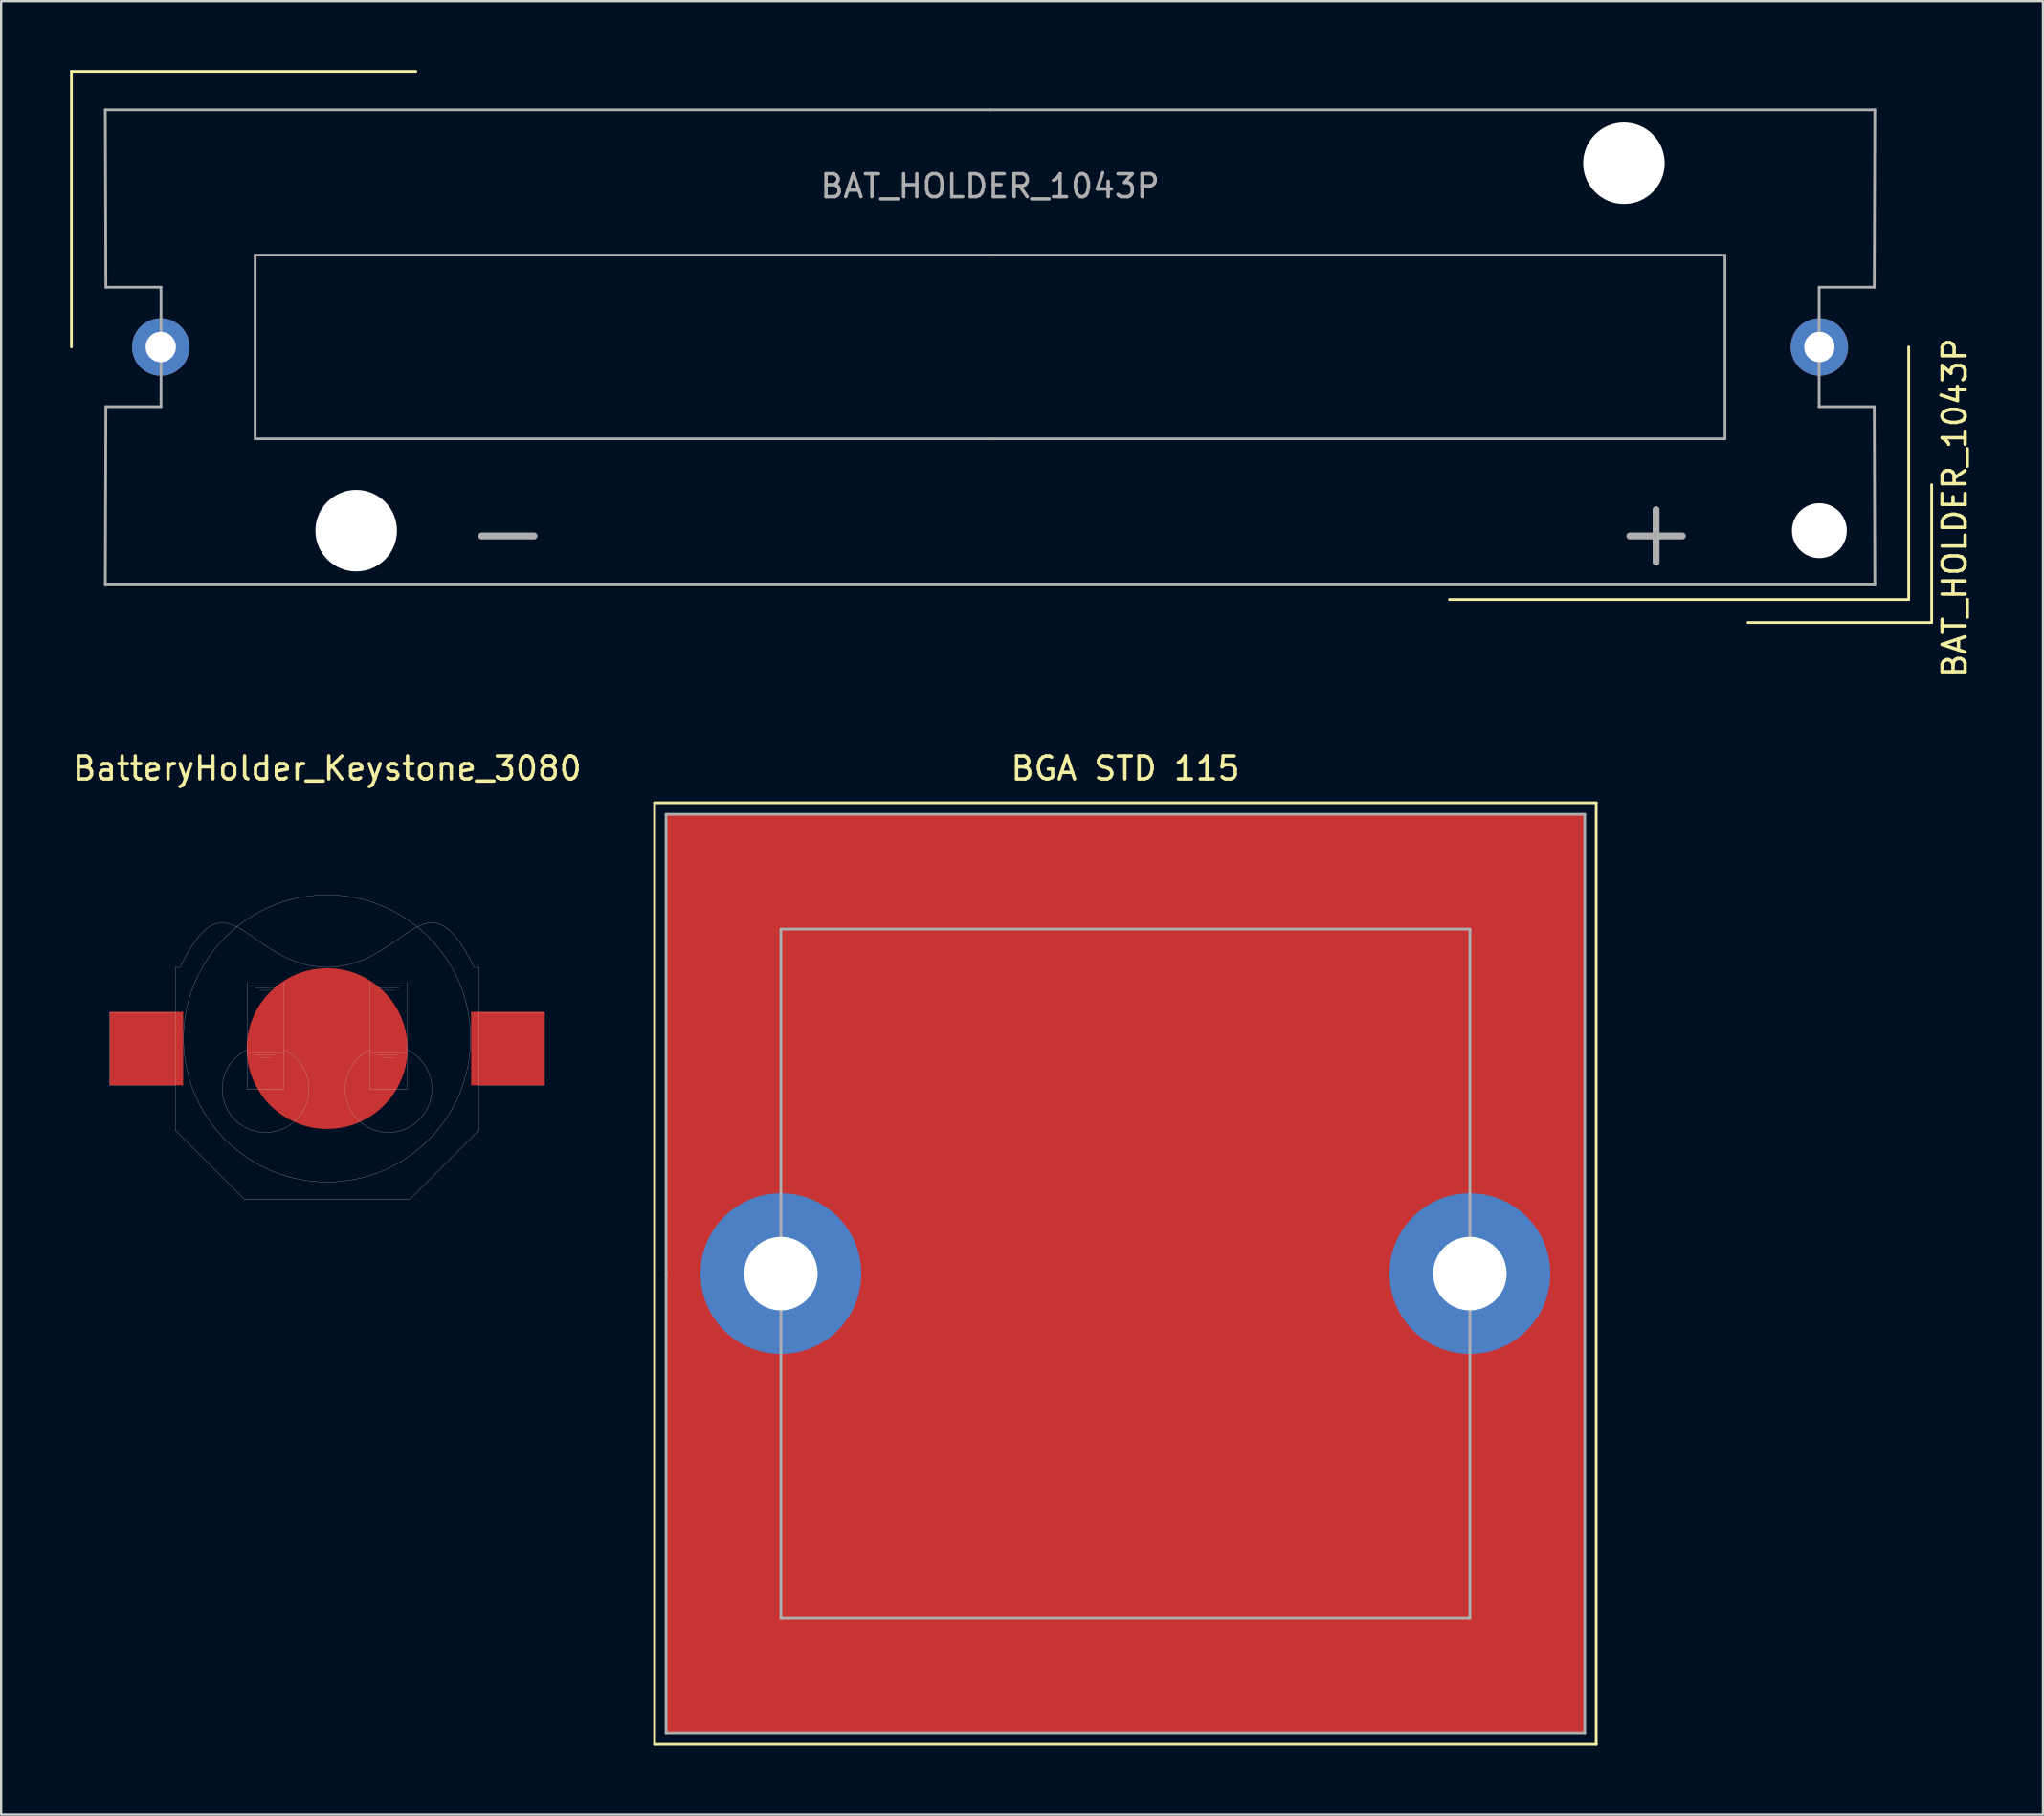
<source format=kicad_pcb>
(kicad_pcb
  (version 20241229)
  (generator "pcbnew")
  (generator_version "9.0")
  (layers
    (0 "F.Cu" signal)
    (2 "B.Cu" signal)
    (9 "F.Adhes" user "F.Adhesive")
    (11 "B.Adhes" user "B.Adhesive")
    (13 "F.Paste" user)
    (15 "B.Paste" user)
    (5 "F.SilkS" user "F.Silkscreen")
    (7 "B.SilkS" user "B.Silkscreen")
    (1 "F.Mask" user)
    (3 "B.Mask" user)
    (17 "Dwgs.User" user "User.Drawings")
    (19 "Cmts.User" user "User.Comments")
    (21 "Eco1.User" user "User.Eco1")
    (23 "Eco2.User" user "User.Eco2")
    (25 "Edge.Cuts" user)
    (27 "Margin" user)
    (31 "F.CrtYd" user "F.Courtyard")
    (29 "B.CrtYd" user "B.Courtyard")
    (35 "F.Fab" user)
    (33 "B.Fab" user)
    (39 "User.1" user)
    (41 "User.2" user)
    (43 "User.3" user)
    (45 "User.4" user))
  (footprint "BatteryHolder_Keystone_3080"
    (layer "F.Cu")
    (at 11.196 42.614)
    (property "Reference" "BatteryHolder_Keystone_3080" (at 0 -12.2 0) (layer "F.SilkS") (effects (font (size 1 1) (thickness 0.15))))
    (attr through_hole)
    (fp_line (start -9.47 -1.573) (end -9.47 1.597) (stroke (width 0.01) (type solid)) (layer "Dwgs.User"))
    (fp_line (start -9.47 1.597) (end -6.61 1.597) (stroke (width 0.01) (type solid)) (layer "Dwgs.User"))
    (fp_line (start -6.61 -1.573) (end -9.47 -1.573) (stroke (width 0.01) (type solid)) (layer "Dwgs.User"))
    (fp_line (start -6.61 3.56) (end -6.61 -3.537) (stroke (width 0.01) (type solid)) (layer "Dwgs.User"))
    (fp_line (start -6.61 3.56) (end -3.61 6.56) (stroke (width 0.01) (type solid)) (layer "Dwgs.User"))
    (fp_line (start -6.41 -3.537) (end -6.61 -3.537) (stroke (width 0.01) (type solid)) (layer "Dwgs.User"))
    (fp_line (start -3.61 6.56) (end 3.6 6.56) (stroke (width 0.01) (type solid)) (layer "Dwgs.User"))
    (fp_line (start -3.482 0.188) (end -1.882 0.188) (stroke (width 0.01) (type solid)) (layer "Dwgs.User"))
    (fp_line (start -3.482 1.762) (end -3.482 -2.895) (stroke (width 0.01) (type solid)) (layer "Dwgs.User"))
    (fp_line (start -2.682 -2.74) (end -3.382 -2.74) (stroke (width 0.01) (type solid)) (layer "Dwgs.User"))
    (fp_line (start -2.682 -2.74) (end -1.982 -2.74) (stroke (width 0.01) (type solid)) (layer "Dwgs.User"))
    (fp_line (start -2.682 -2.64) (end -3.132 -2.64) (stroke (width 0.01) (type solid)) (layer "Dwgs.User"))
    (fp_line (start -2.682 -2.64) (end -2.232 -2.64) (stroke (width 0.01) (type solid)) (layer "Dwgs.User"))
    (fp_line (start -2.682 -2.54) (end -2.932 -2.54) (stroke (width 0.01) (type solid)) (layer "Dwgs.User"))
    (fp_line (start -2.682 -2.54) (end -2.432 -2.54) (stroke (width 0.01) (type solid)) (layer "Dwgs.User"))
    (fp_line (start -2.682 0.288) (end -3.132 0.288) (stroke (width 0.01) (type solid)) (layer "Dwgs.User"))
    (fp_line (start -2.682 0.288) (end -2.232 0.288) (stroke (width 0.01) (type solid)) (layer "Dwgs.User"))
    (fp_line (start -2.682 0.388) (end -2.932 0.388) (stroke (width 0.01) (type solid)) (layer "Dwgs.User"))
    (fp_line (start -2.682 0.388) (end -2.432 0.388) (stroke (width 0.01) (type solid)) (layer "Dwgs.User"))
    (fp_line (start -2.682 1.762) (end -3.482 1.762) (stroke (width 0.01) (type solid)) (layer "Dwgs.User"))
    (fp_line (start -1.882 1.762) (end -2.682 1.762) (stroke (width 0.01) (type solid)) (layer "Dwgs.User"))
    (fp_line (start -1.882 1.762) (end -1.882 -2.895) (stroke (width 0.01) (type solid)) (layer "Dwgs.User"))
    (fp_line (start 1.872 1.762) (end 1.872 -2.895) (stroke (width 0.01) (type solid)) (layer "Dwgs.User"))
    (fp_line (start 1.872 1.762) (end 2.672 1.762) (stroke (width 0.01) (type solid)) (layer "Dwgs.User"))
    (fp_line (start 2.672 -2.74) (end 1.972 -2.74) (stroke (width 0.01) (type solid)) (layer "Dwgs.User"))
    (fp_line (start 2.672 -2.74) (end 3.372 -2.74) (stroke (width 0.01) (type solid)) (layer "Dwgs.User"))
    (fp_line (start 2.672 -2.64) (end 2.222 -2.64) (stroke (width 0.01) (type solid)) (layer "Dwgs.User"))
    (fp_line (start 2.672 -2.64) (end 3.122 -2.64) (stroke (width 0.01) (type solid)) (layer "Dwgs.User"))
    (fp_line (start 2.672 -2.54) (end 2.422 -2.54) (stroke (width 0.01) (type solid)) (layer "Dwgs.User"))
    (fp_line (start 2.672 -2.54) (end 2.922 -2.54) (stroke (width 0.01) (type solid)) (layer "Dwgs.User"))
    (fp_line (start 2.672 0.288) (end 2.222 0.288) (stroke (width 0.01) (type solid)) (layer "Dwgs.User"))
    (fp_line (start 2.672 0.288) (end 3.122 0.288) (stroke (width 0.01) (type solid)) (layer "Dwgs.User"))
    (fp_line (start 2.672 0.388) (end 2.422 0.388) (stroke (width 0.01) (type solid)) (layer "Dwgs.User"))
    (fp_line (start 2.672 0.388) (end 2.922 0.388) (stroke (width 0.01) (type solid)) (layer "Dwgs.User"))
    (fp_line (start 2.672 1.762) (end 3.472 1.762) (stroke (width 0.01) (type solid)) (layer "Dwgs.User"))
    (fp_line (start 3.472 0.188) (end 1.872 0.188) (stroke (width 0.01) (type solid)) (layer "Dwgs.User"))
    (fp_line (start 3.472 1.762) (end 3.472 -2.895) (stroke (width 0.01) (type solid)) (layer "Dwgs.User"))
    (fp_line (start 6.4 -3.537) (end 6.6 -3.537) (stroke (width 0.01) (type solid)) (layer "Dwgs.User"))
    (fp_line (start 6.6 3.56) (end 3.6 6.56) (stroke (width 0.01) (type solid)) (layer "Dwgs.User"))
    (fp_line (start 6.6 -1.573) (end 9.46 -1.573) (stroke (width 0.01) (type solid)) (layer "Dwgs.User"))
    (fp_line (start 6.6 3.56) (end 6.6 -3.537) (stroke (width 0.01) (type solid)) (layer "Dwgs.User"))
    (fp_line (start 9.46 -1.573) (end 9.46 1.597) (stroke (width 0.01) (type solid)) (layer "Dwgs.User"))
    (fp_line (start 9.46 1.597) (end 6.6 1.597) (stroke (width 0.01) (type solid)) (layer "Dwgs.User"))
    (fp_arc (start -1.882088 0.049821) (mid -2.682087 3.651928) (end -3.482087 0.049821) (stroke (width 0.01) (type solid)) (layer "Dwgs.User"))
    (fp_arc (start 3.472086 0.049821) (mid 2.672087 3.651928) (end 1.872087 0.049821) (stroke (width 0.01) (type solid)) (layer "Dwgs.User"))
    (fp_circle (center -0.005 -0.44) (end 6.245 -0.44) (stroke (width 0.01) (type solid)) (fill no) (layer "Dwgs.User"))
    (fp_curve (pts (xy -6.41 -3.537) (xy -4.277 -7.877) (xy -3.521 -3.594) (xy -0.005 -3.537)) (stroke (width 0.01) (type solid)) (layer "Dwgs.User"))
    (fp_curve (pts (xy 6.4 -3.537) (xy 4.267 -7.877) (xy 3.511 -3.594) (xy -0.005 -3.537)) (stroke (width 0.01) (type solid)) (layer "Dwgs.User"))
    (pad "1" smd rect (at -7.87 0) (size 3.2 3.2) (layers "F.Cu" "F.Mask" "F.Paste"))
    (pad "1" smd rect (at 7.87 0) (size 3.2 3.2) (layers "F.Cu" "F.Mask" "F.Paste"))
    (pad "2" smd circle (at 0 0) (size 7 7) (layers "F.Cu" "F.Mask" "F.Paste")))
  (footprint "BGA STD 115"
    (layer "F.Cu")
    (at 45.953 52.414)
    (property "Reference" "BGA STD 115" (at 0 -22 0) (layer "F.SilkS") (effects (font (size 1 1) (thickness 0.15))))
    (attr through_hole)
    (fp_line (start -20.5 -20.5) (end -20.5 20.5) (stroke (width 0.12) (type solid)) (layer "F.SilkS"))
    (fp_line (start -20.5 20.5) (end 20.5 20.5) (stroke (width 0.12) (type solid)) (layer "F.SilkS"))
    (fp_line (start 20.5 -20.5) (end -20.5 -20.5) (stroke (width 0.12) (type solid)) (layer "F.SilkS"))
    (fp_line (start 20.5 20.5) (end 20.5 -20.5) (stroke (width 0.12) (type solid)) (layer "F.SilkS"))
    (fp_line (start -20 -20) (end -20 0) (stroke (width 0.12) (type solid)) (layer "F.Fab"))
    (fp_line (start -20 0) (end -20 20) (stroke (width 0.12) (type solid)) (layer "F.Fab"))
    (fp_line (start -20 20) (end 20 20) (stroke (width 0.12) (type solid)) (layer "F.Fab"))
    (fp_line (start -15 -15) (end -15 0) (stroke (width 0.12) (type solid)) (layer "F.Fab"))
    (fp_line (start -15 -15) (end 15 -15) (stroke (width 0.12) (type solid)) (layer "F.Fab"))
    (fp_line (start -15 15) (end -15 0) (stroke (width 0.12) (type solid)) (layer "F.Fab"))
    (fp_line (start 15 -15) (end 15 15) (stroke (width 0.12) (type solid)) (layer "F.Fab"))
    (fp_line (start 15 15) (end -15 15) (stroke (width 0.12) (type solid)) (layer "F.Fab"))
    (fp_line (start 20 -20) (end -20 -20) (stroke (width 0.12) (type solid)) (layer "F.Fab"))
    (fp_line (start 20 20) (end 20 -20) (stroke (width 0.12) (type solid)) (layer "F.Fab"))
    (pad "1" thru_hole circle (at -15 0) (size 7 7) (drill 3.2) (layers "*.Cu" "*.Mask"))
    (pad "1" smd rect (at 0 0) (size 40 40) (layers "F.Cu" "F.Mask"))
    (pad "1" thru_hole circle (at 15 0) (size 7 7) (drill 3.2) (layers "*.Cu" "*.Mask")))
  (footprint "BAT_HOLDER_1043P"
    (layer "F.Cu")
    (at 40.06 12.06)
    (property "Reference" "BAT_HOLDER_1043P" (at 42 7 270) (layer "F.SilkS") (effects (font (size 1 1) (thickness 0.15))))
    (attr through_hole)
    (fp_line (start -40 -12) (end -40 0) (stroke (width 0.12) (type solid)) (layer "F.SilkS"))
    (fp_line (start -40 -12) (end -25 -12) (stroke (width 0.12) (type solid)) (layer "F.SilkS"))
    (fp_line (start 20 11) (end 40 11) (stroke (width 0.12) (type solid)) (layer "F.SilkS"))
    (fp_line (start 33 12) (end 41 12) (stroke (width 0.12) (type solid)) (layer "F.SilkS"))
    (fp_line (start 40 11) (end 40 0) (stroke (width 0.12) (type solid)) (layer "F.SilkS"))
    (fp_line (start 41 12) (end 41 6) (stroke (width 0.12) (type solid)) (layer "F.SilkS"))
    (fp_line (start -38.525 -10.325) (end -38.5 -2.6) (stroke (width 0.12) (type solid)) (layer "F.Fab"))
    (fp_line (start -38.525 10.325) (end 38.525 10.325) (stroke (width 0.12) (type solid)) (layer "F.Fab"))
    (fp_line (start -38.5 -2.6) (end -36.1 -2.6) (stroke (width 0.12) (type solid)) (layer "F.Fab"))
    (fp_line (start -38.5 2.6) (end -38.525 10.325) (stroke (width 0.12) (type solid)) (layer "F.Fab"))
    (fp_line (start -36.1 -2.6) (end -36.1 2.6) (stroke (width 0.12) (type solid)) (layer "F.Fab"))
    (fp_line (start -36.1 2.6) (end -38.5 2.6) (stroke (width 0.12) (type solid)) (layer "F.Fab"))
    (fp_line (start -32 -4) (end -32 4) (stroke (width 0.12) (type solid)) (layer "F.Fab"))
    (fp_line (start -32 4) (end 0 4) (stroke (width 0.12) (type solid)) (layer "F.Fab"))
    (fp_line (start 0 -10.325) (end -38.525 -10.325) (stroke (width 0.12) (type solid)) (layer "F.Fab"))
    (fp_line (start 0 -4) (end -32 -4) (stroke (width 0.12) (type solid)) (layer "F.Fab"))
    (fp_line (start 0 4) (end 32 4) (stroke (width 0.12) (type solid)) (layer "F.Fab"))
    (fp_line (start 32 -4) (end 0 -4) (stroke (width 0.12) (type solid)) (layer "F.Fab"))
    (fp_line (start 32 4) (end 32 -4) (stroke (width 0.12) (type solid)) (layer "F.Fab"))
    (fp_line (start 36.1 -2.6) (end 38.5 -2.6) (stroke (width 0.12) (type solid)) (layer "F.Fab"))
    (fp_line (start 36.1 2.6) (end 36.1 -2.6) (stroke (width 0.12) (type solid)) (layer "F.Fab"))
    (fp_line (start 38.5 -2.6) (end 38.525 -10.325) (stroke (width 0.12) (type solid)) (layer "F.Fab"))
    (fp_line (start 38.5 2.6) (end 36.1 2.6) (stroke (width 0.12) (type solid)) (layer "F.Fab"))
    (fp_line (start 38.525 -10.325) (end 0 -10.325) (stroke (width 0.12) (type solid)) (layer "F.Fab"))
    (fp_line (start 38.525 10.325) (end 38.5 2.6) (stroke (width 0.12) (type solid)) (layer "F.Fab"))
    (fp_text user "+" (at 29 8 0) (layer "F.Fab") (effects (font (size 3 3) (thickness 0.3))))
    (fp_text user "${REFERENCE}" (at 0 -7 0) (layer "F.Fab") (effects (font (size 1 1) (thickness 0.15))))
    (fp_text user "-" (at -21 8 0) (layer "F.Fab") (effects (font (size 3 3) (thickness 0.3))))
    (pad "" np_thru_hole circle (at -27.6 8) (size 3.55 3.55) (drill 3.55) (layers "*.Cu" "*.Mask"))
    (pad "" np_thru_hole circle (at 27.6 -8) (size 3.55 3.55) (drill 3.55) (layers "*.Cu" "*.Mask"))
    (pad "" np_thru_hole circle (at 36.11 8) (size 2.39 2.39) (drill 2.39) (layers "*.Cu" "*.Mask"))
    (pad "1" thru_hole circle (at 36.11 0) (size 2.5 2.5) (drill 1.32) (layers "*.Cu" "*.Mask"))
    (pad "2" thru_hole circle (at -36.11 0) (size 2.5 2.5) (drill 1.32) (layers "*.Cu" "*.Mask")))
  (gr_rect
    (start -3 -3)
    (end 85.908 75.974)
    (stroke (width 0.1) (type default))
    (fill no)
    (layer "Edge.Cuts")))
</source>
